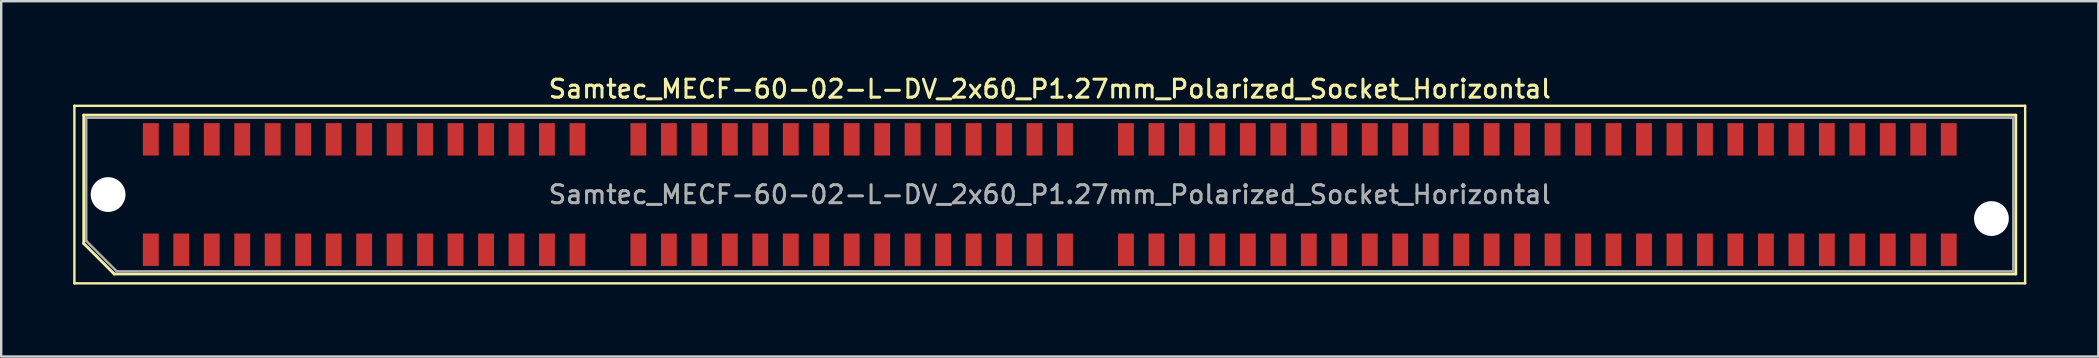
<source format=kicad_pcb>
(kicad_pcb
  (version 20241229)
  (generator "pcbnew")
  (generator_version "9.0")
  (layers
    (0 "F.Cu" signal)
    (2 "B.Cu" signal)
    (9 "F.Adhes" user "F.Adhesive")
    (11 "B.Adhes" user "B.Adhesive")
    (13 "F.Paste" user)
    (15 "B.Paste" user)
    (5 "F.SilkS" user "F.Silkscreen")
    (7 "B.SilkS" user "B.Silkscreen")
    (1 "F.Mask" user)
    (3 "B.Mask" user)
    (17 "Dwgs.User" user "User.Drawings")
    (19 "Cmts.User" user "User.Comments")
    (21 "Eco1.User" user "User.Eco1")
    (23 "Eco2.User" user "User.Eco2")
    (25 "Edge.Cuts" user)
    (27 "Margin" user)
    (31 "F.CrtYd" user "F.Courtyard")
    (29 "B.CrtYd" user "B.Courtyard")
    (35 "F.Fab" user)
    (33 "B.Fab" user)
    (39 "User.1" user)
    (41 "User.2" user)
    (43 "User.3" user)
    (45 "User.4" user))
  (footprint "Samtec_MECF-60-02-L-DV_2x60_P1.27mm_Polarized_Socket_Horizontal"
    (layer "F.Cu")
    (at 40.7 5.058)
    (property "Reference" "Samtec_MECF-60-02-L-DV_2x60_P1.27mm_Polarized_Socket_Horizontal" (at 0 -4.4 0) (layer "F.SilkS") (effects (font (size 0.75 0.75) (thickness 0.125))))
    (attr smd)
    (fp_line (start -40.65 -3.7) (end -40.65 3.7) (stroke (width 0.1) (type solid)) (layer "F.SilkS"))
    (fp_line (start -40.65 3.7) (end 40.65 3.7) (stroke (width 0.1) (type solid)) (layer "F.SilkS"))
    (fp_line (start -40.26 -3.31) (end 40.26 -3.31) (stroke (width 0.12) (type solid)) (layer "F.SilkS"))
    (fp_line (start -40.26 2.04) (end -40.26 -3.31) (stroke (width 0.12) (type solid)) (layer "F.SilkS"))
    (fp_line (start -38.99 3.31) (end -40.26 2.04) (stroke (width 0.12) (type solid)) (layer "F.SilkS"))
    (fp_line (start -38.99 3.31) (end 40.26 3.31) (stroke (width 0.12) (type solid)) (layer "F.SilkS"))
    (fp_line (start 40.26 3.31) (end 40.26 -3.31) (stroke (width 0.12) (type solid)) (layer "F.SilkS"))
    (fp_line (start 40.65 -3.7) (end -40.65 -3.7) (stroke (width 0.1) (type solid)) (layer "F.SilkS"))
    (fp_line (start 40.65 3.7) (end 40.65 -3.7) (stroke (width 0.1) (type solid)) (layer "F.SilkS"))
    (fp_line (start -40.155 -3.2) (end 40.155 -3.2) (stroke (width 0.1) (type solid)) (layer "F.Fab"))
    (fp_line (start -40.155 1.93) (end -40.155 -3.2) (stroke (width 0.1) (type solid)) (layer "F.Fab"))
    (fp_line (start -40.155 1.93) (end -38.885 3.2) (stroke (width 0.1) (type solid)) (layer "F.Fab"))
    (fp_line (start -38.885 3.2) (end 40.155 3.2) (stroke (width 0.1) (type solid)) (layer "F.Fab"))
    (fp_line (start 40.155 3.2) (end 40.155 -3.2) (stroke (width 0.1) (type solid)) (layer "F.Fab"))
    (fp_text user "${REFERENCE}" (at 0 0 0) (layer "F.Fab") (effects (font (size 0.75 0.75) (thickness 0.125))))
    (pad "" np_thru_hole circle (at -39.245 0) (size 1.45 1.45) (drill 1.45) (layers "*.Cu" "*.Mask"))
    (pad "" np_thru_hole circle (at 39.245 1) (size 1.45 1.45) (drill 1.45) (layers "*.Cu" "*.Mask"))
    (pad "1" smd rect (at -37.465 2.3) (size 0.66 1.35) (layers "F.Cu" "F.Mask" "F.Paste"))
    (pad "2" smd rect (at -37.465 -2.3) (size 0.66 1.35) (layers "F.Cu" "F.Mask" "F.Paste"))
    (pad "3" smd rect (at -36.195 2.3) (size 0.66 1.35) (layers "F.Cu" "F.Mask" "F.Paste"))
    (pad "4" smd rect (at -36.195 -2.3) (size 0.66 1.35) (layers "F.Cu" "F.Mask" "F.Paste"))
    (pad "5" smd rect (at -34.925 2.3) (size 0.66 1.35) (layers "F.Cu" "F.Mask" "F.Paste"))
    (pad "6" smd rect (at -34.925 -2.3) (size 0.66 1.35) (layers "F.Cu" "F.Mask" "F.Paste"))
    (pad "7" smd rect (at -33.655 2.3) (size 0.66 1.35) (layers "F.Cu" "F.Mask" "F.Paste"))
    (pad "8" smd rect (at -33.655 -2.3) (size 0.66 1.35) (layers "F.Cu" "F.Mask" "F.Paste"))
    (pad "9" smd rect (at -32.385 2.3) (size 0.66 1.35) (layers "F.Cu" "F.Mask" "F.Paste"))
    (pad "10" smd rect (at -32.385 -2.3) (size 0.66 1.35) (layers "F.Cu" "F.Mask" "F.Paste"))
    (pad "11" smd rect (at -31.115 2.3) (size 0.66 1.35) (layers "F.Cu" "F.Mask" "F.Paste"))
    (pad "12" smd rect (at -31.115 -2.3) (size 0.66 1.35) (layers "F.Cu" "F.Mask" "F.Paste"))
    (pad "13" smd rect (at -29.845 2.3) (size 0.66 1.35) (layers "F.Cu" "F.Mask" "F.Paste"))
    (pad "14" smd rect (at -29.845 -2.3) (size 0.66 1.35) (layers "F.Cu" "F.Mask" "F.Paste"))
    (pad "15" smd rect (at -28.575 2.3) (size 0.66 1.35) (layers "F.Cu" "F.Mask" "F.Paste"))
    (pad "16" smd rect (at -28.575 -2.3) (size 0.66 1.35) (layers "F.Cu" "F.Mask" "F.Paste"))
    (pad "17" smd rect (at -27.305 2.3) (size 0.66 1.35) (layers "F.Cu" "F.Mask" "F.Paste"))
    (pad "18" smd rect (at -27.305 -2.3) (size 0.66 1.35) (layers "F.Cu" "F.Mask" "F.Paste"))
    (pad "19" smd rect (at -26.035 2.3) (size 0.66 1.35) (layers "F.Cu" "F.Mask" "F.Paste"))
    (pad "20" smd rect (at -26.035 -2.3) (size 0.66 1.35) (layers "F.Cu" "F.Mask" "F.Paste"))
    (pad "21" smd rect (at -24.765 2.3) (size 0.66 1.35) (layers "F.Cu" "F.Mask" "F.Paste"))
    (pad "22" smd rect (at -24.765 -2.3) (size 0.66 1.35) (layers "F.Cu" "F.Mask" "F.Paste"))
    (pad "23" smd rect (at -23.495 2.3) (size 0.66 1.35) (layers "F.Cu" "F.Mask" "F.Paste"))
    (pad "24" smd rect (at -23.495 -2.3) (size 0.66 1.35) (layers "F.Cu" "F.Mask" "F.Paste"))
    (pad "25" smd rect (at -22.225 2.3) (size 0.66 1.35) (layers "F.Cu" "F.Mask" "F.Paste"))
    (pad "26" smd rect (at -22.225 -2.3) (size 0.66 1.35) (layers "F.Cu" "F.Mask" "F.Paste"))
    (pad "27" smd rect (at -20.955 2.3) (size 0.66 1.35) (layers "F.Cu" "F.Mask" "F.Paste"))
    (pad "28" smd rect (at -20.955 -2.3) (size 0.66 1.35) (layers "F.Cu" "F.Mask" "F.Paste"))
    (pad "29" smd rect (at -19.685 2.3) (size 0.66 1.35) (layers "F.Cu" "F.Mask" "F.Paste"))
    (pad "30" smd rect (at -19.685 -2.3) (size 0.66 1.35) (layers "F.Cu" "F.Mask" "F.Paste"))
    (pad "33" smd rect (at -17.145 2.3) (size 0.66 1.35) (layers "F.Cu" "F.Mask" "F.Paste"))
    (pad "34" smd rect (at -17.145 -2.3) (size 0.66 1.35) (layers "F.Cu" "F.Mask" "F.Paste"))
    (pad "35" smd rect (at -15.875 2.3) (size 0.66 1.35) (layers "F.Cu" "F.Mask" "F.Paste"))
    (pad "36" smd rect (at -15.875 -2.3) (size 0.66 1.35) (layers "F.Cu" "F.Mask" "F.Paste"))
    (pad "37" smd rect (at -14.605 2.3) (size 0.66 1.35) (layers "F.Cu" "F.Mask" "F.Paste"))
    (pad "38" smd rect (at -14.605 -2.3) (size 0.66 1.35) (layers "F.Cu" "F.Mask" "F.Paste"))
    (pad "39" smd rect (at -13.335 2.3) (size 0.66 1.35) (layers "F.Cu" "F.Mask" "F.Paste"))
    (pad "40" smd rect (at -13.335 -2.3) (size 0.66 1.35) (layers "F.Cu" "F.Mask" "F.Paste"))
    (pad "41" smd rect (at -12.065 2.3) (size 0.66 1.35) (layers "F.Cu" "F.Mask" "F.Paste"))
    (pad "42" smd rect (at -12.065 -2.3) (size 0.66 1.35) (layers "F.Cu" "F.Mask" "F.Paste"))
    (pad "43" smd rect (at -10.795 2.3) (size 0.66 1.35) (layers "F.Cu" "F.Mask" "F.Paste"))
    (pad "44" smd rect (at -10.795 -2.3) (size 0.66 1.35) (layers "F.Cu" "F.Mask" "F.Paste"))
    (pad "45" smd rect (at -9.525 2.3) (size 0.66 1.35) (layers "F.Cu" "F.Mask" "F.Paste"))
    (pad "46" smd rect (at -9.525 -2.3) (size 0.66 1.35) (layers "F.Cu" "F.Mask" "F.Paste"))
    (pad "47" smd rect (at -8.255 2.3) (size 0.66 1.35) (layers "F.Cu" "F.Mask" "F.Paste"))
    (pad "48" smd rect (at -8.255 -2.3) (size 0.66 1.35) (layers "F.Cu" "F.Mask" "F.Paste"))
    (pad "49" smd rect (at -6.985 2.3) (size 0.66 1.35) (layers "F.Cu" "F.Mask" "F.Paste"))
    (pad "50" smd rect (at -6.985 -2.3) (size 0.66 1.35) (layers "F.Cu" "F.Mask" "F.Paste"))
    (pad "51" smd rect (at -5.715 2.3) (size 0.66 1.35) (layers "F.Cu" "F.Mask" "F.Paste"))
    (pad "52" smd rect (at -5.715 -2.3) (size 0.66 1.35) (layers "F.Cu" "F.Mask" "F.Paste"))
    (pad "53" smd rect (at -4.445 2.3) (size 0.66 1.35) (layers "F.Cu" "F.Mask" "F.Paste"))
    (pad "54" smd rect (at -4.445 -2.3) (size 0.66 1.35) (layers "F.Cu" "F.Mask" "F.Paste"))
    (pad "55" smd rect (at -3.175 2.3) (size 0.66 1.35) (layers "F.Cu" "F.Mask" "F.Paste"))
    (pad "56" smd rect (at -3.175 -2.3) (size 0.66 1.35) (layers "F.Cu" "F.Mask" "F.Paste"))
    (pad "57" smd rect (at -1.905 2.3) (size 0.66 1.35) (layers "F.Cu" "F.Mask" "F.Paste"))
    (pad "58" smd rect (at -1.905 -2.3) (size 0.66 1.35) (layers "F.Cu" "F.Mask" "F.Paste"))
    (pad "59" smd rect (at -0.635 2.3) (size 0.66 1.35) (layers "F.Cu" "F.Mask" "F.Paste"))
    (pad "60" smd rect (at -0.635 -2.3) (size 0.66 1.35) (layers "F.Cu" "F.Mask" "F.Paste"))
    (pad "61" smd rect (at 0.635 2.3) (size 0.66 1.35) (layers "F.Cu" "F.Mask" "F.Paste"))
    (pad "62" smd rect (at 0.635 -2.3) (size 0.66 1.35) (layers "F.Cu" "F.Mask" "F.Paste"))
    (pad "65" smd rect (at 3.175 2.3) (size 0.66 1.35) (layers "F.Cu" "F.Mask" "F.Paste"))
    (pad "66" smd rect (at 3.175 -2.3) (size 0.66 1.35) (layers "F.Cu" "F.Mask" "F.Paste"))
    (pad "67" smd rect (at 4.445 2.3) (size 0.66 1.35) (layers "F.Cu" "F.Mask" "F.Paste"))
    (pad "68" smd rect (at 4.445 -2.3) (size 0.66 1.35) (layers "F.Cu" "F.Mask" "F.Paste"))
    (pad "69" smd rect (at 5.715 2.3) (size 0.66 1.35) (layers "F.Cu" "F.Mask" "F.Paste"))
    (pad "70" smd rect (at 5.715 -2.3) (size 0.66 1.35) (layers "F.Cu" "F.Mask" "F.Paste"))
    (pad "71" smd rect (at 6.985 2.3) (size 0.66 1.35) (layers "F.Cu" "F.Mask" "F.Paste"))
    (pad "72" smd rect (at 6.985 -2.3) (size 0.66 1.35) (layers "F.Cu" "F.Mask" "F.Paste"))
    (pad "73" smd rect (at 8.255 2.3) (size 0.66 1.35) (layers "F.Cu" "F.Mask" "F.Paste"))
    (pad "74" smd rect (at 8.255 -2.3) (size 0.66 1.35) (layers "F.Cu" "F.Mask" "F.Paste"))
    (pad "75" smd rect (at 9.525 2.3) (size 0.66 1.35) (layers "F.Cu" "F.Mask" "F.Paste"))
    (pad "76" smd rect (at 9.525 -2.3) (size 0.66 1.35) (layers "F.Cu" "F.Mask" "F.Paste"))
    (pad "77" smd rect (at 10.795 2.3) (size 0.66 1.35) (layers "F.Cu" "F.Mask" "F.Paste"))
    (pad "78" smd rect (at 10.795 -2.3) (size 0.66 1.35) (layers "F.Cu" "F.Mask" "F.Paste"))
    (pad "79" smd rect (at 12.065 2.3) (size 0.66 1.35) (layers "F.Cu" "F.Mask" "F.Paste"))
    (pad "80" smd rect (at 12.065 -2.3) (size 0.66 1.35) (layers "F.Cu" "F.Mask" "F.Paste"))
    (pad "81" smd rect (at 13.335 2.3) (size 0.66 1.35) (layers "F.Cu" "F.Mask" "F.Paste"))
    (pad "82" smd rect (at 13.335 -2.3) (size 0.66 1.35) (layers "F.Cu" "F.Mask" "F.Paste"))
    (pad "83" smd rect (at 14.605 2.3) (size 0.66 1.35) (layers "F.Cu" "F.Mask" "F.Paste"))
    (pad "84" smd rect (at 14.605 -2.3) (size 0.66 1.35) (layers "F.Cu" "F.Mask" "F.Paste"))
    (pad "85" smd rect (at 15.875 2.3) (size 0.66 1.35) (layers "F.Cu" "F.Mask" "F.Paste"))
    (pad "86" smd rect (at 15.875 -2.3) (size 0.66 1.35) (layers "F.Cu" "F.Mask" "F.Paste"))
    (pad "87" smd rect (at 17.145 2.3) (size 0.66 1.35) (layers "F.Cu" "F.Mask" "F.Paste"))
    (pad "88" smd rect (at 17.145 -2.3) (size 0.66 1.35) (layers "F.Cu" "F.Mask" "F.Paste"))
    (pad "89" smd rect (at 18.415 2.3) (size 0.66 1.35) (layers "F.Cu" "F.Mask" "F.Paste"))
    (pad "90" smd rect (at 18.415 -2.3) (size 0.66 1.35) (layers "F.Cu" "F.Mask" "F.Paste"))
    (pad "91" smd rect (at 19.685 2.3) (size 0.66 1.35) (layers "F.Cu" "F.Mask" "F.Paste"))
    (pad "92" smd rect (at 19.685 -2.3) (size 0.66 1.35) (layers "F.Cu" "F.Mask" "F.Paste"))
    (pad "93" smd rect (at 20.955 2.3) (size 0.66 1.35) (layers "F.Cu" "F.Mask" "F.Paste"))
    (pad "94" smd rect (at 20.955 -2.3) (size 0.66 1.35) (layers "F.Cu" "F.Mask" "F.Paste"))
    (pad "95" smd rect (at 22.225 2.3) (size 0.66 1.35) (layers "F.Cu" "F.Mask" "F.Paste"))
    (pad "96" smd rect (at 22.225 -2.3) (size 0.66 1.35) (layers "F.Cu" "F.Mask" "F.Paste"))
    (pad "97" smd rect (at 23.495 2.3) (size 0.66 1.35) (layers "F.Cu" "F.Mask" "F.Paste"))
    (pad "98" smd rect (at 23.495 -2.3) (size 0.66 1.35) (layers "F.Cu" "F.Mask" "F.Paste"))
    (pad "99" smd rect (at 24.765 2.3) (size 0.66 1.35) (layers "F.Cu" "F.Mask" "F.Paste"))
    (pad "100" smd rect (at 24.765 -2.3) (size 0.66 1.35) (layers "F.Cu" "F.Mask" "F.Paste"))
    (pad "101" smd rect (at 26.035 2.3) (size 0.66 1.35) (layers "F.Cu" "F.Mask" "F.Paste"))
    (pad "102" smd rect (at 26.035 -2.3) (size 0.66 1.35) (layers "F.Cu" "F.Mask" "F.Paste"))
    (pad "103" smd rect (at 27.305 2.3) (size 0.66 1.35) (layers "F.Cu" "F.Mask" "F.Paste"))
    (pad "104" smd rect (at 27.305 -2.3) (size 0.66 1.35) (layers "F.Cu" "F.Mask" "F.Paste"))
    (pad "105" smd rect (at 28.575 2.3) (size 0.66 1.35) (layers "F.Cu" "F.Mask" "F.Paste"))
    (pad "106" smd rect (at 28.575 -2.3) (size 0.66 1.35) (layers "F.Cu" "F.Mask" "F.Paste"))
    (pad "107" smd rect (at 29.845 2.3) (size 0.66 1.35) (layers "F.Cu" "F.Mask" "F.Paste"))
    (pad "108" smd rect (at 29.845 -2.3) (size 0.66 1.35) (layers "F.Cu" "F.Mask" "F.Paste"))
    (pad "109" smd rect (at 31.115 2.3) (size 0.66 1.35) (layers "F.Cu" "F.Mask" "F.Paste"))
    (pad "110" smd rect (at 31.115 -2.3) (size 0.66 1.35) (layers "F.Cu" "F.Mask" "F.Paste"))
    (pad "111" smd rect (at 32.385 2.3) (size 0.66 1.35) (layers "F.Cu" "F.Mask" "F.Paste"))
    (pad "112" smd rect (at 32.385 -2.3) (size 0.66 1.35) (layers "F.Cu" "F.Mask" "F.Paste"))
    (pad "113" smd rect (at 33.655 2.3) (size 0.66 1.35) (layers "F.Cu" "F.Mask" "F.Paste"))
    (pad "114" smd rect (at 33.655 -2.3) (size 0.66 1.35) (layers "F.Cu" "F.Mask" "F.Paste"))
    (pad "115" smd rect (at 34.925 2.3) (size 0.66 1.35) (layers "F.Cu" "F.Mask" "F.Paste"))
    (pad "116" smd rect (at 34.925 -2.3) (size 0.66 1.35) (layers "F.Cu" "F.Mask" "F.Paste"))
    (pad "117" smd rect (at 36.195 2.3) (size 0.66 1.35) (layers "F.Cu" "F.Mask" "F.Paste"))
    (pad "118" smd rect (at 36.195 -2.3) (size 0.66 1.35) (layers "F.Cu" "F.Mask" "F.Paste"))
    (pad "119" smd rect (at 37.465 2.3) (size 0.66 1.35) (layers "F.Cu" "F.Mask" "F.Paste"))
    (pad "120" smd rect (at 37.465 -2.3) (size 0.66 1.35) (layers "F.Cu" "F.Mask" "F.Paste")))
  (gr_rect
    (start -3 -3)
    (end 84.4 11.808)
    (stroke (width 0.1) (type default))
    (fill no)
    (layer "Edge.Cuts")))
</source>
